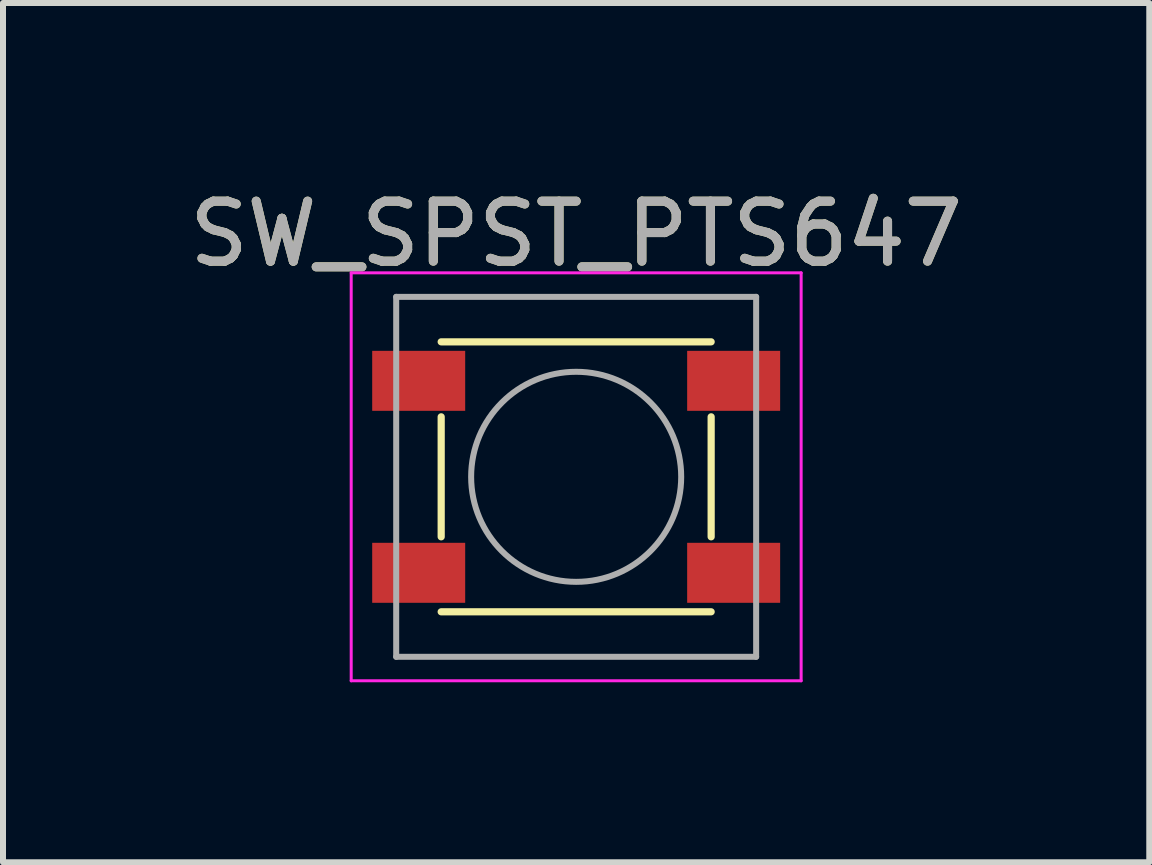
<source format=kicad_pcb>
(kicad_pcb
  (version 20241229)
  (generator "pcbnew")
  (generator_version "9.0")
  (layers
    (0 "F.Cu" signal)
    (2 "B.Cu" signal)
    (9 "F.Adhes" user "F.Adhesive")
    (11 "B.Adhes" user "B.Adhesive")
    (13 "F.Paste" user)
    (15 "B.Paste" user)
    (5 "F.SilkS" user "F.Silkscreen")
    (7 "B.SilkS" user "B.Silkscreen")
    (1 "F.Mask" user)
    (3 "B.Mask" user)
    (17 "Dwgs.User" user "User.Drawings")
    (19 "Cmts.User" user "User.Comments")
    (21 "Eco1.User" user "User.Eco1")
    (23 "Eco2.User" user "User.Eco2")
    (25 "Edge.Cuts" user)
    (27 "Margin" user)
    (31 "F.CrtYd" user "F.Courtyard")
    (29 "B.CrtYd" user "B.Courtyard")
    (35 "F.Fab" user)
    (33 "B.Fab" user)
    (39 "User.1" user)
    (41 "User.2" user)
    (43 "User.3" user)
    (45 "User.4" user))
  (footprint "SW_SPST_PTS647"
    (layer "F.Cu")
    (at 6.554 4.898)
    (property "Reference" "SW_SPST_PTS647" (at 0 -4.05 0) (layer "F.SilkS") (effects (font (size 1 1) (thickness 0.15))))
    (attr smd)
    (fp_line (start -2.25 -2.25) (end 2.25 -2.25) (stroke (width 0.12) (type solid)) (layer "F.SilkS"))
    (fp_line (start -2.25 -1) (end -2.25 1) (stroke (width 0.12) (type solid)) (layer "F.SilkS"))
    (fp_line (start -2.25 2.25) (end 2.25 2.25) (stroke (width 0.12) (type solid)) (layer "F.SilkS"))
    (fp_line (start 2.25 -1) (end 2.25 1) (stroke (width 0.12) (type solid)) (layer "F.SilkS"))
    (fp_line (start -3.75 -3.4) (end -3.75 3.4) (stroke (width 0.05) (type solid)) (layer "F.CrtYd"))
    (fp_line (start -3.75 -3.4) (end 3.75 -3.4) (stroke (width 0.05) (type solid)) (layer "F.CrtYd"))
    (fp_line (start -3.75 3.4) (end 3.75 3.4) (stroke (width 0.05) (type solid)) (layer "F.CrtYd"))
    (fp_line (start 3.75 3.4) (end 3.75 -3.4) (stroke (width 0.05) (type solid)) (layer "F.CrtYd"))
    (fp_line (start -3 -3) (end -3 3) (stroke (width 0.1) (type solid)) (layer "F.Fab"))
    (fp_line (start -3 3) (end 3 3) (stroke (width 0.1) (type solid)) (layer "F.Fab"))
    (fp_line (start 3 -3) (end -3 -3) (stroke (width 0.1) (type solid)) (layer "F.Fab"))
    (fp_line (start 3 3) (end 3 -3) (stroke (width 0.1) (type solid)) (layer "F.Fab"))
    (fp_circle (center 0 0) (end 1.75 -0.05) (stroke (width 0.1) (type solid)) (fill no) (layer "F.Fab"))
    (fp_text user "${REFERENCE}" (at 0 -4.05 0) (layer "F.Fab") (effects (font (size 1 1) (thickness 0.15))))
    (pad "1" smd rect (at -2.625 -1.6) (size 1.55 1) (layers "F.Cu" "F.Mask" "F.Paste"))
    (pad "1" smd rect (at 2.625 -1.6) (size 1.55 1) (layers "F.Cu" "F.Mask" "F.Paste"))
    (pad "2" smd rect (at -2.625 1.6) (size 1.55 1) (layers "F.Cu" "F.Mask" "F.Paste"))
    (pad "2" smd rect (at 2.625 1.6) (size 1.55 1) (layers "F.Cu" "F.Mask" "F.Paste")))
  (gr_rect
    (start -3 -3)
    (end 16.107 11.323)
    (stroke (width 0.1) (type default))
    (fill no)
    (layer "Edge.Cuts")))
</source>
